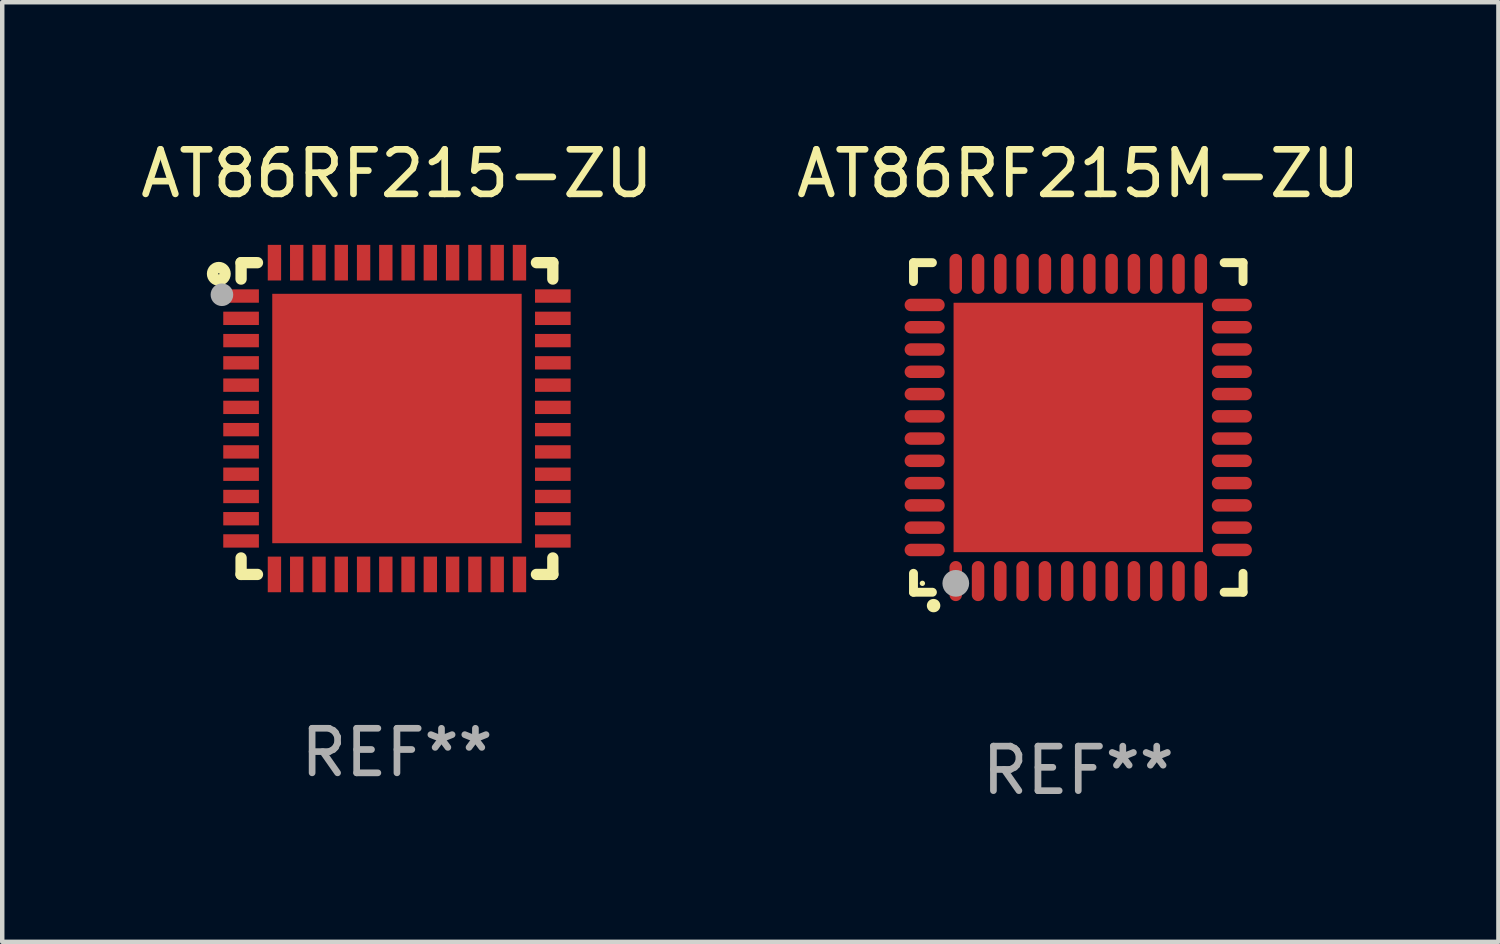
<source format=kicad_pcb>
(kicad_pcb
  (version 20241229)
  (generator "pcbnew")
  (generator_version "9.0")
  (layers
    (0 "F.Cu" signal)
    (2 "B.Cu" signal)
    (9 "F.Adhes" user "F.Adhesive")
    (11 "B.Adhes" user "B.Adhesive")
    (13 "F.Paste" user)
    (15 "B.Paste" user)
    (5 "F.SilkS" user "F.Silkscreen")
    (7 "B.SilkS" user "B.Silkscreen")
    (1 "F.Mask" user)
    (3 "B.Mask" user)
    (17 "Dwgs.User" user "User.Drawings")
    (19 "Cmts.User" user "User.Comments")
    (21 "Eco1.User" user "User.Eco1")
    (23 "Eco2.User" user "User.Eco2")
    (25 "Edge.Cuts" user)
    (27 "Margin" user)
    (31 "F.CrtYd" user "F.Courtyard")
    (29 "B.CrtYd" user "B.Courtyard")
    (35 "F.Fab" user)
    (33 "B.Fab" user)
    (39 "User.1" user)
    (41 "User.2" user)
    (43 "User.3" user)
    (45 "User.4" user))
  (footprint "AT86RF215-ZU"
    (layer "F.Cu")
    (at 5.863 6.348)
    (property "Reference" "AT86RF215-ZU" (at 0 -5.5 0) (layer "F.SilkS") (effects (font (size 1 1) (thickness 0.15))))
    (attr through_hole)
    (fp_line (start -3.5 -3.5) (end -3.132 -3.5) (stroke (width 0.254) (type solid)) (layer "F.SilkS"))
    (fp_line (start -3.5 -3.132) (end -3.5 -3.5) (stroke (width 0.254) (type solid)) (layer "F.SilkS"))
    (fp_line (start -3.5 3.5) (end -3.5 3.13) (stroke (width 0.254) (type solid)) (layer "F.SilkS"))
    (fp_line (start -3.132 3.5) (end -3.5 3.5) (stroke (width 0.254) (type solid)) (layer "F.SilkS"))
    (fp_line (start 3.132 -3.5) (end 3.5 -3.5) (stroke (width 0.254) (type solid)) (layer "F.SilkS"))
    (fp_line (start 3.5 -3.5) (end 3.5 -3.132) (stroke (width 0.254) (type solid)) (layer "F.SilkS"))
    (fp_line (start 3.5 3.13) (end 3.5 3.5) (stroke (width 0.254) (type solid)) (layer "F.SilkS"))
    (fp_line (start 3.5 3.5) (end 3.132 3.5) (stroke (width 0.254) (type solid)) (layer "F.SilkS"))
    (fp_circle (center -4 -3.25) (end -3.859 -3.25) (stroke (width 0.254) (type solid)) (fill no) (layer "F.SilkS"))
    (fp_circle (center -3.5 -3.501) (end -3.47 -3.501) (stroke (width 0.06) (type solid)) (fill no) (layer "F.SilkS"))
    (fp_circle (center -3.93 -2.78) (end -3.803 -2.78) (stroke (width 0.254) (type solid)) (fill no) (layer "F.Fab"))
    (fp_text user "REF**" (at 0 7.5 0) (layer "F.Fab") (effects (font (size 1 1) (thickness 0.15))))
    (pad "1" smd rect (at -3.5 -2.751 270) (size 0.3 0.8) (layers "F.Cu" "F.Mask" "F.Paste"))
    (pad "2" smd rect (at -3.5 -2.25 270) (size 0.3 0.8) (layers "F.Cu" "F.Mask" "F.Paste"))
    (pad "3" smd rect (at -3.5 -1.75 270) (size 0.3 0.8) (layers "F.Cu" "F.Mask" "F.Paste"))
    (pad "4" smd rect (at -3.5 -1.251 270) (size 0.3 0.8) (layers "F.Cu" "F.Mask" "F.Paste"))
    (pad "5" smd rect (at -3.5 -0.75 270) (size 0.3 0.8) (layers "F.Cu" "F.Mask" "F.Paste"))
    (pad "6" smd rect (at -3.5 -0.251 270) (size 0.3 0.8) (layers "F.Cu" "F.Mask" "F.Paste"))
    (pad "7" smd rect (at -3.5 0.249 270) (size 0.3 0.8) (layers "F.Cu" "F.Mask" "F.Paste"))
    (pad "8" smd rect (at -3.5 0.749 270) (size 0.3 0.8) (layers "F.Cu" "F.Mask" "F.Paste"))
    (pad "9" smd rect (at -3.5 1.25 270) (size 0.3 0.8) (layers "F.Cu" "F.Mask" "F.Paste"))
    (pad "10" smd rect (at -3.5 1.75 270) (size 0.3 0.8) (layers "F.Cu" "F.Mask" "F.Paste"))
    (pad "11" smd rect (at -3.5 2.249 270) (size 0.3 0.8) (layers "F.Cu" "F.Mask" "F.Paste"))
    (pad "12" smd rect (at -3.5 2.748 270) (size 0.3 0.8) (layers "F.Cu" "F.Mask" "F.Paste"))
    (pad "13" smd rect (at -2.751 3.5 180) (size 0.3 0.8) (layers "F.Cu" "F.Mask" "F.Paste"))
    (pad "14" smd rect (at -2.251 3.5 180) (size 0.3 0.8) (layers "F.Cu" "F.Mask" "F.Paste"))
    (pad "15" smd rect (at -1.75 3.5 180) (size 0.3 0.8) (layers "F.Cu" "F.Mask" "F.Paste"))
    (pad "16" smd rect (at -1.25 3.5 180) (size 0.3 0.8) (layers "F.Cu" "F.Mask" "F.Paste"))
    (pad "17" smd rect (at -0.749 3.5 180) (size 0.3 0.8) (layers "F.Cu" "F.Mask" "F.Paste"))
    (pad "18" smd rect (at -0.25 3.5 180) (size 0.3 0.8) (layers "F.Cu" "F.Mask" "F.Paste"))
    (pad "19" smd rect (at 0.249 3.5 180) (size 0.3 0.8) (layers "F.Cu" "F.Mask" "F.Paste"))
    (pad "20" smd rect (at 0.749 3.5 180) (size 0.3 0.8) (layers "F.Cu" "F.Mask" "F.Paste"))
    (pad "21" smd rect (at 1.25 3.5 180) (size 0.3 0.8) (layers "F.Cu" "F.Mask" "F.Paste"))
    (pad "22" smd rect (at 1.75 3.5 180) (size 0.3 0.8) (layers "F.Cu" "F.Mask" "F.Paste"))
    (pad "23" smd rect (at 2.251 3.5 180) (size 0.3 0.8) (layers "F.Cu" "F.Mask" "F.Paste"))
    (pad "24" smd rect (at 2.751 3.5 180) (size 0.3 0.8) (layers "F.Cu" "F.Mask" "F.Paste"))
    (pad "25" smd rect (at 3.5 2.748 270) (size 0.3 0.8) (layers "F.Cu" "F.Mask" "F.Paste"))
    (pad "26" smd rect (at 3.5 2.249 270) (size 0.3 0.8) (layers "F.Cu" "F.Mask" "F.Paste"))
    (pad "27" smd rect (at 3.5 1.75 270) (size 0.3 0.8) (layers "F.Cu" "F.Mask" "F.Paste"))
    (pad "28" smd rect (at 3.5 1.25 270) (size 0.3 0.8) (layers "F.Cu" "F.Mask" "F.Paste"))
    (pad "29" smd rect (at 3.5 0.749 270) (size 0.3 0.8) (layers "F.Cu" "F.Mask" "F.Paste"))
    (pad "30" smd rect (at 3.5 0.249 270) (size 0.3 0.8) (layers "F.Cu" "F.Mask" "F.Paste"))
    (pad "31" smd rect (at 3.5 -0.251 270) (size 0.3 0.8) (layers "F.Cu" "F.Mask" "F.Paste"))
    (pad "32" smd rect (at 3.5 -0.75 270) (size 0.3 0.8) (layers "F.Cu" "F.Mask" "F.Paste"))
    (pad "33" smd rect (at 3.5 -1.251 270) (size 0.3 0.8) (layers "F.Cu" "F.Mask" "F.Paste"))
    (pad "34" smd rect (at 3.5 -1.75 270) (size 0.3 0.8) (layers "F.Cu" "F.Mask" "F.Paste"))
    (pad "35" smd rect (at 3.5 -2.25 270) (size 0.3 0.8) (layers "F.Cu" "F.Mask" "F.Paste"))
    (pad "36" smd rect (at 3.5 -2.751 270) (size 0.3 0.8) (layers "F.Cu" "F.Mask" "F.Paste"))
    (pad "37" smd rect (at 2.751 -3.5 180) (size 0.3 0.8) (layers "F.Cu" "F.Mask" "F.Paste"))
    (pad "38" smd rect (at 2.251 -3.5 180) (size 0.3 0.8) (layers "F.Cu" "F.Mask" "F.Paste"))
    (pad "39" smd rect (at 1.75 -3.5 180) (size 0.3 0.8) (layers "F.Cu" "F.Mask" "F.Paste"))
    (pad "40" smd rect (at 1.25 -3.5 180) (size 0.3 0.8) (layers "F.Cu" "F.Mask" "F.Paste"))
    (pad "41" smd rect (at 0.749 -3.5 180) (size 0.3 0.8) (layers "F.Cu" "F.Mask" "F.Paste"))
    (pad "42" smd rect (at 0.25 -3.5 180) (size 0.3 0.8) (layers "F.Cu" "F.Mask" "F.Paste"))
    (pad "43" smd rect (at -0.25 -3.5 180) (size 0.3 0.8) (layers "F.Cu" "F.Mask" "F.Paste"))
    (pad "44" smd rect (at -0.749 -3.5 180) (size 0.3 0.8) (layers "F.Cu" "F.Mask" "F.Paste"))
    (pad "45" smd rect (at -1.25 -3.5 180) (size 0.3 0.8) (layers "F.Cu" "F.Mask" "F.Paste"))
    (pad "46" smd rect (at -1.75 -3.5 180) (size 0.3 0.8) (layers "F.Cu" "F.Mask" "F.Paste"))
    (pad "47" smd rect (at -2.251 -3.5 180) (size 0.3 0.8) (layers "F.Cu" "F.Mask" "F.Paste"))
    (pad "48" smd rect (at -2.751 -3.5 180) (size 0.3 0.8) (layers "F.Cu" "F.Mask" "F.Paste"))
    (pad "49" smd rect (at 0.000127 -0.001 180) (size 5.6 5.6) (layers "F.Cu" "F.Mask" "F.Paste")))
  (footprint "AT86RF215M-ZU"
    (layer "F.Cu")
    (at 21.161 6.548)
    (property "Reference" "AT86RF215M-ZU" (at 0 -5.7 0) (layer "F.SilkS") (effects (font (size 1 1) (thickness 0.15))))
    (attr through_hole)
    (fp_line (start -3.7 -3.7) (end -3.275 -3.7) (stroke (width 0.2) (type solid)) (layer "F.SilkS"))
    (fp_line (start -3.7 -3.275) (end -3.7 -3.7) (stroke (width 0.2) (type solid)) (layer "F.SilkS"))
    (fp_line (start -3.7 3.7) (end -3.7 3.275) (stroke (width 0.2) (type solid)) (layer "F.SilkS"))
    (fp_line (start -3.275 3.7) (end -3.7 3.7) (stroke (width 0.2) (type solid)) (layer "F.SilkS"))
    (fp_line (start 3.7 -3.7) (end 3.275 -3.7) (stroke (width 0.2) (type solid)) (layer "F.SilkS"))
    (fp_line (start 3.7 -3.275) (end 3.7 -3.7) (stroke (width 0.2) (type solid)) (layer "F.SilkS"))
    (fp_line (start 3.7 3.275) (end 3.7 3.7) (stroke (width 0.2) (type solid)) (layer "F.SilkS"))
    (fp_line (start 3.7 3.7) (end 3.275 3.7) (stroke (width 0.2) (type solid)) (layer "F.SilkS"))
    (fp_arc (start -3.249936 3.999975) (mid -3.248666 3.99997) (end -3.247396 3.999975) (stroke (width 0.3) (type solid)) (layer "F.SilkS"))
    (fp_circle (center -3.5 3.5) (end -3.47 3.5) (stroke (width 0.06) (type solid)) (fill no) (layer "F.SilkS"))
    (fp_circle (center -2.75 3.5) (end -2.6 3.5) (stroke (width 0.3) (type solid)) (fill no) (layer "F.Fab"))
    (fp_text user "REF**" (at 0 7.7 0) (layer "F.Fab") (effects (font (size 1 1) (thickness 0.15))))
    (pad "1" smd oval (at -2.751 3.449) (size 0.28 0.9) (layers "F.Cu" "F.Mask" "F.Paste"))
    (pad "2" smd oval (at -2.25 3.449) (size 0.28 0.9) (layers "F.Cu" "F.Mask" "F.Paste"))
    (pad "3" smd oval (at -1.75 3.449) (size 0.28 0.9) (layers "F.Cu" "F.Mask" "F.Paste"))
    (pad "4" smd oval (at -1.25 3.449) (size 0.28 0.9) (layers "F.Cu" "F.Mask" "F.Paste"))
    (pad "5" smd oval (at -0.749 3.449) (size 0.28 0.9) (layers "F.Cu" "F.Mask" "F.Paste"))
    (pad "6" smd oval (at -0.249 3.449) (size 0.28 0.9) (layers "F.Cu" "F.Mask" "F.Paste"))
    (pad "7" smd oval (at 0.249 3.449) (size 0.28 0.9) (layers "F.Cu" "F.Mask" "F.Paste"))
    (pad "8" smd oval (at 0.749 3.449) (size 0.28 0.9) (layers "F.Cu" "F.Mask" "F.Paste"))
    (pad "9" smd oval (at 1.25 3.449) (size 0.28 0.9) (layers "F.Cu" "F.Mask" "F.Paste"))
    (pad "10" smd oval (at 1.75 3.449) (size 0.28 0.9) (layers "F.Cu" "F.Mask" "F.Paste"))
    (pad "11" smd oval (at 2.251 3.449) (size 0.28 0.9) (layers "F.Cu" "F.Mask" "F.Paste"))
    (pad "12" smd oval (at 2.751 3.449) (size 0.28 0.9) (layers "F.Cu" "F.Mask" "F.Paste"))
    (pad "13" smd oval (at 3.449 2.75) (size 0.9 0.28) (layers "F.Cu" "F.Mask" "F.Paste"))
    (pad "14" smd oval (at 3.449 2.25) (size 0.9 0.28) (layers "F.Cu" "F.Mask" "F.Paste"))
    (pad "15" smd oval (at 3.449 1.75) (size 0.9 0.28) (layers "F.Cu" "F.Mask" "F.Paste"))
    (pad "16" smd oval (at 3.449 1.25) (size 0.9 0.28) (layers "F.Cu" "F.Mask" "F.Paste"))
    (pad "17" smd oval (at 3.449 0.75) (size 0.9 0.28) (layers "F.Cu" "F.Mask" "F.Paste"))
    (pad "18" smd oval (at 3.449 0.25) (size 0.9 0.28) (layers "F.Cu" "F.Mask" "F.Paste"))
    (pad "19" smd oval (at 3.449 -0.25) (size 0.9 0.28) (layers "F.Cu" "F.Mask" "F.Paste"))
    (pad "20" smd oval (at 3.449 -0.75) (size 0.9 0.28) (layers "F.Cu" "F.Mask" "F.Paste"))
    (pad "21" smd oval (at 3.449 -1.25) (size 0.9 0.28) (layers "F.Cu" "F.Mask" "F.Paste"))
    (pad "22" smd oval (at 3.449 -1.75) (size 0.9 0.28) (layers "F.Cu" "F.Mask" "F.Paste"))
    (pad "23" smd oval (at 3.449 -2.25) (size 0.9 0.28) (layers "F.Cu" "F.Mask" "F.Paste"))
    (pad "24" smd oval (at 3.449 -2.75) (size 0.9 0.28) (layers "F.Cu" "F.Mask" "F.Paste"))
    (pad "25" smd oval (at 2.751 -3.449) (size 0.28 0.9) (layers "F.Cu" "F.Mask" "F.Paste"))
    (pad "26" smd oval (at 2.251 -3.449) (size 0.28 0.9) (layers "F.Cu" "F.Mask" "F.Paste"))
    (pad "27" smd oval (at 1.75 -3.449) (size 0.28 0.9) (layers "F.Cu" "F.Mask" "F.Paste"))
    (pad "28" smd oval (at 1.25 -3.449) (size 0.28 0.9) (layers "F.Cu" "F.Mask" "F.Paste"))
    (pad "29" smd oval (at 0.749 -3.449) (size 0.28 0.9) (layers "F.Cu" "F.Mask" "F.Paste"))
    (pad "30" smd oval (at 0.249 -3.449) (size 0.28 0.9) (layers "F.Cu" "F.Mask" "F.Paste"))
    (pad "31" smd oval (at -0.249 -3.449) (size 0.28 0.9) (layers "F.Cu" "F.Mask" "F.Paste"))
    (pad "32" smd oval (at -0.749 -3.449) (size 0.28 0.9) (layers "F.Cu" "F.Mask" "F.Paste"))
    (pad "33" smd oval (at -1.25 -3.449) (size 0.28 0.9) (layers "F.Cu" "F.Mask" "F.Paste"))
    (pad "34" smd oval (at -1.75 -3.449) (size 0.28 0.9) (layers "F.Cu" "F.Mask" "F.Paste"))
    (pad "35" smd oval (at -2.25 -3.449) (size 0.28 0.9) (layers "F.Cu" "F.Mask" "F.Paste"))
    (pad "36" smd oval (at -2.751 -3.449) (size 0.28 0.9) (layers "F.Cu" "F.Mask" "F.Paste"))
    (pad "37" smd oval (at -3.449 -2.751) (size 0.9 0.28) (layers "F.Cu" "F.Mask" "F.Paste"))
    (pad "38" smd oval (at -3.449 -2.25) (size 0.9 0.28) (layers "F.Cu" "F.Mask" "F.Paste"))
    (pad "39" smd oval (at -3.449 -1.75) (size 0.9 0.28) (layers "F.Cu" "F.Mask" "F.Paste"))
    (pad "40" smd oval (at -3.449 -1.25) (size 0.9 0.28) (layers "F.Cu" "F.Mask" "F.Paste"))
    (pad "41" smd oval (at -3.449 -0.749) (size 0.9 0.28) (layers "F.Cu" "F.Mask" "F.Paste"))
    (pad "42" smd oval (at -3.449 -0.249) (size 0.9 0.28) (layers "F.Cu" "F.Mask" "F.Paste"))
    (pad "43" smd oval (at -3.449 0.249) (size 0.9 0.28) (layers "F.Cu" "F.Mask" "F.Paste"))
    (pad "44" smd oval (at -3.449 0.749) (size 0.9 0.28) (layers "F.Cu" "F.Mask" "F.Paste"))
    (pad "45" smd oval (at -3.449 1.25) (size 0.9 0.28) (layers "F.Cu" "F.Mask" "F.Paste"))
    (pad "46" smd oval (at -3.449 1.75) (size 0.9 0.28) (layers "F.Cu" "F.Mask" "F.Paste"))
    (pad "47" smd oval (at -3.449 2.25) (size 0.9 0.28) (layers "F.Cu" "F.Mask" "F.Paste"))
    (pad "48" smd oval (at -3.449 2.751) (size 0.9 0.28) (layers "F.Cu" "F.Mask" "F.Paste"))
    (pad "49" smd rect (at 0.000076 -0.000025) (size 5.6 5.6) (layers "F.Cu" "F.Mask" "F.Paste")))
  (gr_rect
    (start -3 -3)
    (end 30.595 18.097)
    (stroke (width 0.1) (type default))
    (fill no)
    (layer "Edge.Cuts")))
</source>
